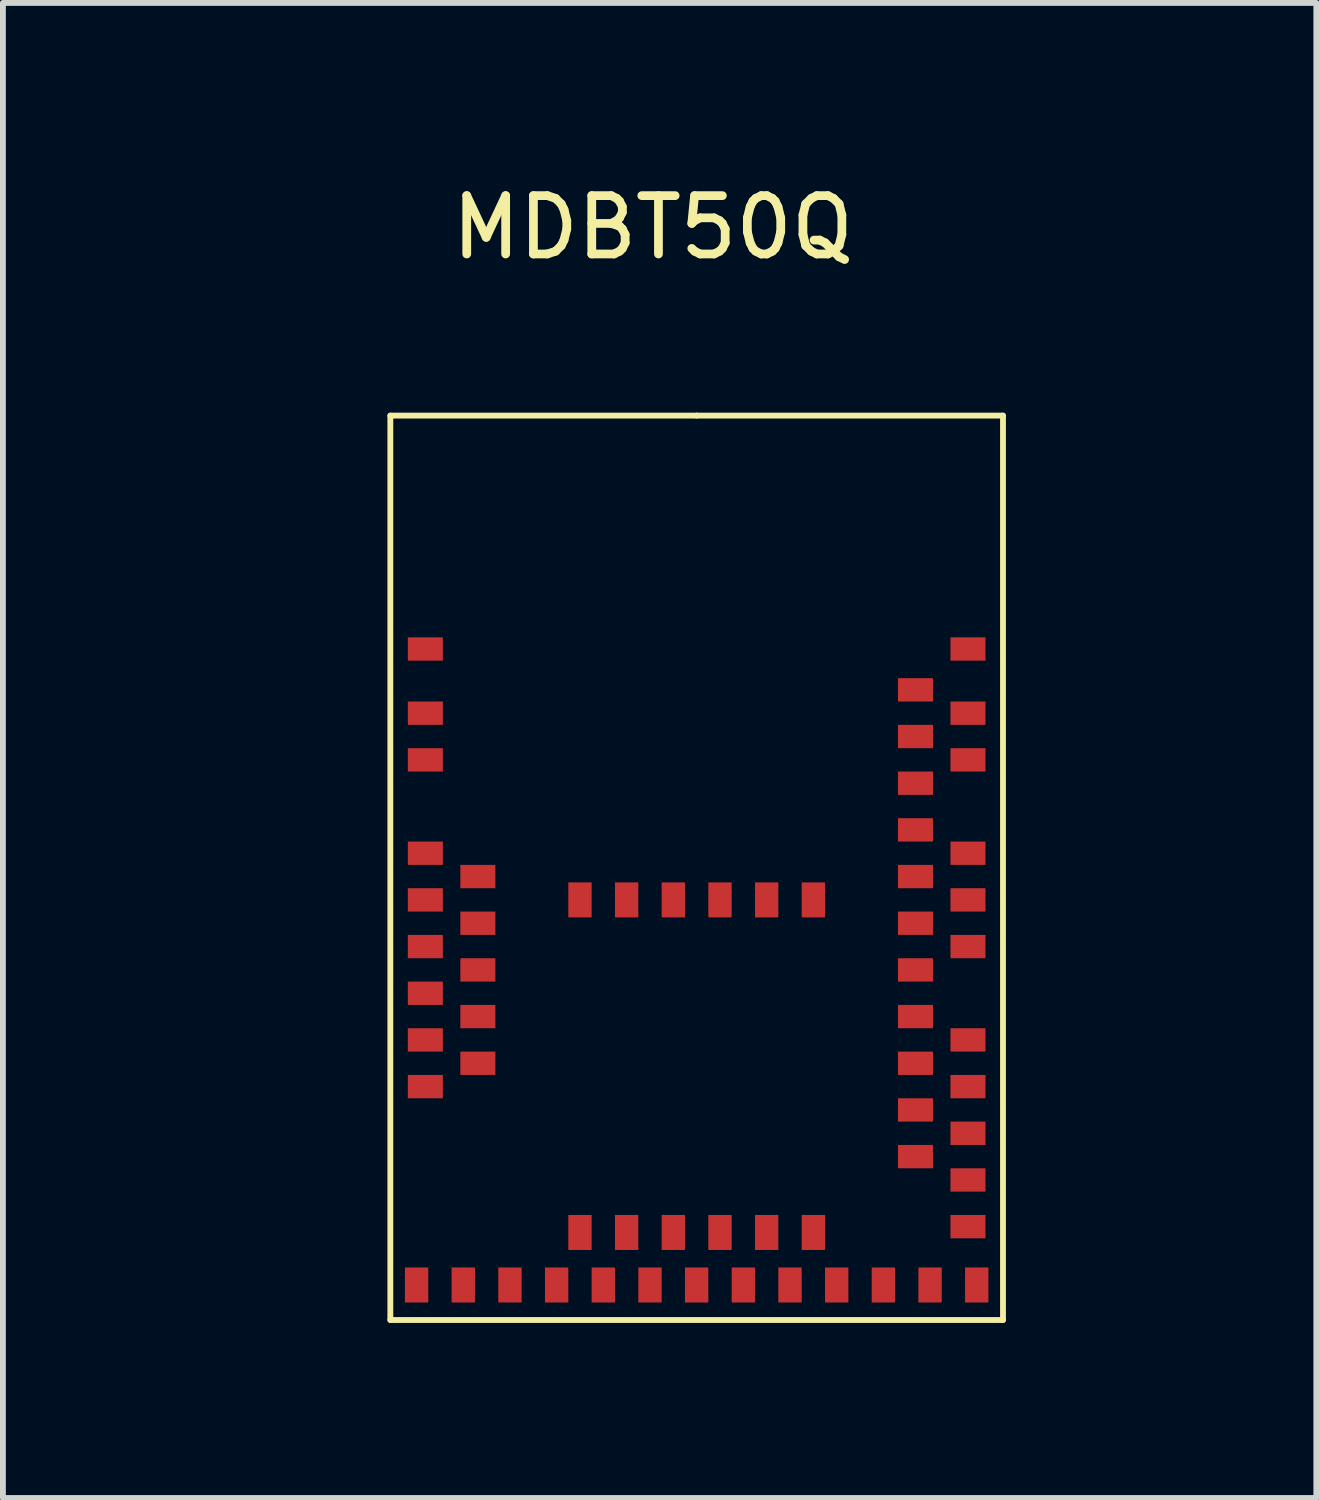
<source format=kicad_pcb>
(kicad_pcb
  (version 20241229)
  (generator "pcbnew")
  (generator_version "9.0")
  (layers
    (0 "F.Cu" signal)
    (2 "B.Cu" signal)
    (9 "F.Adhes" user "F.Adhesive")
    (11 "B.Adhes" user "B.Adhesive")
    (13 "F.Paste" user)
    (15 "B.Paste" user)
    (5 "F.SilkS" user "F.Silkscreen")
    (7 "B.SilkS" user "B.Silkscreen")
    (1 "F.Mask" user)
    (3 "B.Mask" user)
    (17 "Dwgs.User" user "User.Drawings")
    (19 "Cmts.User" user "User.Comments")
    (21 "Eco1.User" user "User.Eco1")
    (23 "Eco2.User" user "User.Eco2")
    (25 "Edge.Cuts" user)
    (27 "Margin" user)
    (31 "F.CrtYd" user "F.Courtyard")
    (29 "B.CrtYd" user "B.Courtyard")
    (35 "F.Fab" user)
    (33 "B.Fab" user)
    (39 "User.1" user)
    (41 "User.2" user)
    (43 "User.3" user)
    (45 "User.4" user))
  (footprint "MDBT50Q"
    (layer "F.Cu")
    (at 8.89 4.073)
    (property "Reference" "MDBT50Q" (at -0.75 -3.225 0) (layer "F.SilkS") (effects (font (size 1 1) (thickness 0.15))))
    (fp_line (start -5.25 0) (end 0 0) (stroke (width 0.1) (type solid)) (layer "F.SilkS"))
    (fp_line (start -5.25 15.5) (end -5.25 0) (stroke (width 0.1) (type solid)) (layer "F.SilkS"))
    (fp_line (start -5.25 15.5) (end 5.25 15.5) (stroke (width 0.1) (type solid)) (layer "F.SilkS"))
    (fp_line (start 0 0) (end 5.25 0) (stroke (width 0.1) (type solid)) (layer "F.SilkS"))
    (fp_line (start 5.25 15.5) (end 5.25 0) (stroke (width 0.1) (type solid)) (layer "F.SilkS"))
    (fp_line (start -7.75 -1) (end -6.75 -1) (stroke (width 0.05) (type solid)) (layer "User.2"))
    (fp_line (start -7.75 3.8) (end -6.75 3.8) (stroke (width 0.05) (type solid)) (layer "User.2"))
    (fp_line (start -7.53 -0.39) (end -7.25 -1) (stroke (width 0.05) (type solid)) (layer "User.2"))
    (fp_line (start -7.25 -1) (end -6.97 -0.39) (stroke (width 0.05) (type solid)) (layer "User.2"))
    (fp_line (start -7.25 3.8) (end -7.25 -1) (stroke (width 0.05) (type solid)) (layer "User.2"))
    (fp_line (start -6.25 -2) (end -5.64 -2.28) (stroke (width 0.05) (type solid)) (layer "User.2"))
    (fp_line (start -6.25 -2) (end -5.64 -1.72) (stroke (width 0.05) (type solid)) (layer "User.2"))
    (fp_line (start -6.25 -2) (end -4.6 -2) (stroke (width 0.05) (type solid)) (layer "User.2"))
    (fp_line (start -6.25 -1.5) (end -6.25 -2.5) (stroke (width 0.05) (type solid)) (layer "User.2"))
    (fp_line (start -6.25 -1) (end 6.25 -1) (stroke (width 0.05) (type solid)) (layer "User.2"))
    (fp_line (start -6.25 3.8) (end -6.25 -1) (stroke (width 0.05) (type solid)) (layer "User.2"))
    (fp_line (start -6.25 3.8) (end 6.25 3.8) (stroke (width 0.05) (type solid)) (layer "User.2"))
    (fp_line (start 4.6 -2) (end 6.25 -2) (stroke (width 0.05) (type solid)) (layer "User.2"))
    (fp_line (start 5.64 -2.28) (end 6.25 -2) (stroke (width 0.05) (type solid)) (layer "User.2"))
    (fp_line (start 5.64 -1.72) (end 6.25 -2) (stroke (width 0.05) (type solid)) (layer "User.2"))
    (fp_line (start 6.25 -1.5) (end 6.25 -2.5) (stroke (width 0.05) (type solid)) (layer "User.2"))
    (fp_line (start 6.25 3.8) (end 6.25 -1) (stroke (width 0.05) (type solid)) (layer "User.2"))
    (fp_line (start -2.3 3.8) (end -0.7 3.8) (stroke (width 0.05) (type solid)) (layer "User.3"))
    (fp_line (start -2.3 5) (end -2.3 3.8) (stroke (width 0.05) (type solid)) (layer "User.3"))
    (fp_line (start -2.3 5) (end -0.7 5) (stroke (width 0.05) (type solid)) (layer "User.3"))
    (fp_line (start -1.65 5.098) (end -1.5 4.798) (stroke (width 0.05) (type solid)) (layer "User.3"))
    (fp_line (start -1.5 4.798) (end -1.35 5.098) (stroke (width 0.05) (type solid)) (layer "User.3"))
    (fp_line (start -1.5 5.823) (end -1.5 4.798) (stroke (width 0.05) (type solid)) (layer "User.3"))
    (fp_line (start -0.7 5) (end -0.7 3.8) (stroke (width 0.05) (type solid)) (layer "User.3"))
    (fp_text user "as wide as possible" (at -4.075 -1.85 0) (unlocked yes) (layer "User.2") (effects (font (size 0.5 0.45) (thickness 0.05)) (justify left bottom)))
    (fp_text user "No ground pad" (at -2.801 1.775 0) (unlocked yes) (layer "User.2") (effects (font (size 0.5 0.45) (thickness 0.05)) (justify left bottom)))
    (fp_text user "as wide as possible" (at -8.128 6.096 90) (unlocked yes) (layer "User.2") (effects (font (size 0.5 0.45) (thickness 0.05)) (justify left bottom)))
    (fp_text user "Toplayer no ground pad" (at -3.4 6.225 0) (unlocked yes) (layer "User.3") (effects (font (size 0.35 0.3) (thickness 0.05)) (justify left bottom)))
    (pad "1" smd rect (at -4.65 4) (size 0.6 0.4) (layers "F.Cu" "F.Mask" "F.Paste"))
    (pad "2" smd rect (at -4.65 5.1) (size 0.6 0.4) (layers "F.Cu" "F.Mask" "F.Paste"))
    (pad "3" smd rect (at -4.65 5.9 180) (size 0.6 0.4) (layers "F.Cu" "F.Mask" "F.Paste"))
    (pad "4" smd rect (at -4.65 7.5) (size 0.6 0.4) (layers "F.Cu" "F.Mask" "F.Paste"))
    (pad "5" smd rect (at -3.75 7.9 180) (size 0.6 0.4) (layers "F.Cu" "F.Mask" "F.Paste"))
    (pad "6" smd rect (at -4.65 8.3 180) (size 0.6 0.4) (layers "F.Cu" "F.Mask" "F.Paste"))
    (pad "7" smd rect (at -3.75 8.7 180) (size 0.6 0.4) (layers "F.Cu" "F.Mask" "F.Paste"))
    (pad "8" smd rect (at -4.65 9.1 180) (size 0.6 0.4) (layers "F.Cu" "F.Mask" "F.Paste"))
    (pad "9" smd rect (at -3.75 9.5 180) (size 0.6 0.4) (layers "F.Cu" "F.Mask" "F.Paste"))
    (pad "10" smd rect (at -4.65 9.9 180) (size 0.6 0.4) (layers "F.Cu" "F.Mask" "F.Paste"))
    (pad "11" smd rect (at -3.75 10.3) (size 0.6 0.4) (layers "F.Cu" "F.Mask" "F.Paste"))
    (pad "12" smd rect (at -4.65 10.7 180) (size 0.6 0.4) (layers "F.Cu" "F.Mask" "F.Paste"))
    (pad "13" smd rect (at -3.75 11.1 180) (size 0.6 0.4) (layers "F.Cu" "F.Mask" "F.Paste"))
    (pad "14" smd rect (at -4.65 11.5) (size 0.6 0.4) (layers "F.Cu" "F.Mask" "F.Paste"))
    (pad "15" smd rect (at -4.8 14.9 90) (size 0.6 0.4) (layers "F.Cu" "F.Mask" "F.Paste"))
    (pad "16" smd rect (at -4 14.9 90) (size 0.6 0.4) (layers "F.Cu" "F.Mask" "F.Paste"))
    (pad "17" smd rect (at -3.2 14.9 90) (size 0.6 0.4) (layers "F.Cu" "F.Mask" "F.Paste"))
    (pad "18" smd rect (at -2.4 14.9 270) (size 0.6 0.4) (layers "F.Cu" "F.Mask" "F.Paste"))
    (pad "19" smd rect (at -2 14 90) (size 0.6 0.4) (layers "F.Cu" "F.Mask" "F.Paste"))
    (pad "20" smd rect (at -1.6 14.9 90) (size 0.6 0.4) (layers "F.Cu" "F.Mask" "F.Paste"))
    (pad "21" smd rect (at -1.2 14 270) (size 0.6 0.4) (layers "F.Cu" "F.Mask" "F.Paste"))
    (pad "22" smd rect (at -0.8 14.9 90) (size 0.6 0.4) (layers "F.Cu" "F.Mask" "F.Paste"))
    (pad "23" smd rect (at -0.4 14 90) (size 0.6 0.4) (layers "F.Cu" "F.Mask" "F.Paste"))
    (pad "24" smd rect (at 0 14.9 270) (size 0.6 0.4) (layers "F.Cu" "F.Mask" "F.Paste"))
    (pad "25" smd rect (at 0.4 14 270) (size 0.6 0.4) (layers "F.Cu" "F.Mask" "F.Paste"))
    (pad "26" smd rect (at 0.8 14.9 270) (size 0.6 0.4) (layers "F.Cu" "F.Mask" "F.Paste"))
    (pad "27" smd rect (at 1.2 14 270) (size 0.6 0.4) (layers "F.Cu" "F.Mask" "F.Paste"))
    (pad "28" smd rect (at 1.6 14.9 270) (size 0.6 0.4) (layers "F.Cu" "F.Mask" "F.Paste"))
    (pad "29" smd rect (at 2 14 270) (size 0.6 0.4) (layers "F.Cu" "F.Mask" "F.Paste"))
    (pad "30" smd rect (at 2.4 14.9 270) (size 0.6 0.4) (layers "F.Cu" "F.Mask" "F.Paste"))
    (pad "31" smd rect (at 3.2 14.9 270) (size 0.6 0.4) (layers "F.Cu" "F.Mask" "F.Paste"))
    (pad "32" smd rect (at 4 14.9 270) (size 0.6 0.4) (layers "F.Cu" "F.Mask" "F.Paste"))
    (pad "33" smd rect (at 4.8 14.9 270) (size 0.6 0.4) (layers "F.Cu" "F.Mask" "F.Paste"))
    (pad "34" smd rect (at 4.65 13.9) (size 0.6 0.4) (layers "F.Cu" "F.Mask" "F.Paste"))
    (pad "35" smd rect (at 4.65 13.1) (size 0.6 0.4) (layers "F.Cu" "F.Mask" "F.Paste"))
    (pad "36" smd rect (at 3.75 12.7 180) (size 0.6 0.4) (layers "F.Cu" "F.Mask" "F.Paste"))
    (pad "37" smd rect (at 4.65 12.3) (size 0.6 0.4) (layers "F.Cu" "F.Mask" "F.Paste"))
    (pad "38" smd rect (at 3.75 11.9) (size 0.6 0.4) (layers "F.Cu" "F.Mask" "F.Paste"))
    (pad "39" smd rect (at 4.65 11.5 180) (size 0.6 0.4) (layers "F.Cu" "F.Mask" "F.Paste"))
    (pad "40" smd rect (at 3.75 11.1 180) (size 0.6 0.4) (layers "F.Cu" "F.Mask" "F.Paste"))
    (pad "41" smd rect (at 4.65 10.7) (size 0.6 0.4) (layers "F.Cu" "F.Mask" "F.Paste"))
    (pad "42" smd rect (at 3.75 10.3) (size 0.6 0.4) (layers "F.Cu" "F.Mask" "F.Paste"))
    (pad "43" smd rect (at 3.75 9.5) (size 0.6 0.4) (layers "F.Cu" "F.Mask" "F.Paste"))
    (pad "44" smd rect (at 4.65 9.1) (size 0.6 0.4) (layers "F.Cu" "F.Mask" "F.Paste"))
    (pad "45" smd rect (at 3.75 8.7) (size 0.6 0.4) (layers "F.Cu" "F.Mask" "F.Paste"))
    (pad "46" smd rect (at 4.65 8.3) (size 0.6 0.4) (layers "F.Cu" "F.Mask" "F.Paste"))
    (pad "47" smd rect (at 3.75 7.9) (size 0.6 0.4) (layers "F.Cu" "F.Mask" "F.Paste"))
    (pad "48" smd rect (at 4.65 7.5) (size 0.6 0.4) (layers "F.Cu" "F.Mask" "F.Paste"))
    (pad "49" smd rect (at 3.75 7.1) (size 0.6 0.4) (layers "F.Cu" "F.Mask" "F.Paste"))
    (pad "50" smd rect (at 3.75 6.3) (size 0.6 0.4) (layers "F.Cu" "F.Mask" "F.Paste"))
    (pad "51" smd rect (at 4.65 5.9) (size 0.6 0.4) (layers "F.Cu" "F.Mask" "F.Paste"))
    (pad "52" smd rect (at 3.75 5.5) (size 0.6 0.4) (layers "F.Cu" "F.Mask" "F.Paste"))
    (pad "53" smd rect (at 4.65 5.1) (size 0.6 0.4) (layers "F.Cu" "F.Mask" "F.Paste"))
    (pad "54" smd rect (at 3.75 4.7) (size 0.6 0.4) (layers "F.Cu" "F.Mask" "F.Paste"))
    (pad "55" smd rect (at 4.65 4) (size 0.6 0.4) (layers "F.Cu" "F.Mask" "F.Paste"))
    (pad "56" smd rect (at -2 8.3 270) (size 0.6 0.4) (layers "F.Cu" "F.Mask" "F.Paste"))
    (pad "57" smd rect (at -1.2 8.3 270) (size 0.6 0.4) (layers "F.Cu" "F.Mask" "F.Paste"))
    (pad "58" smd rect (at -0.4 8.3 270) (size 0.6 0.4) (layers "F.Cu" "F.Mask" "F.Paste"))
    (pad "59" smd rect (at 0.4 8.3 270) (size 0.6 0.4) (layers "F.Cu" "F.Mask" "F.Paste"))
    (pad "60" smd rect (at 1.2 8.3 270) (size 0.6 0.4) (layers "F.Cu" "F.Mask" "F.Paste"))
    (pad "61" smd rect (at 2 8.3 270) (size 0.6 0.4) (layers "F.Cu" "F.Mask" "F.Paste"))
    (zone (net_name "") (layer "F.Cu") (hatch edge 0.5) (connect_pads) (min_thickness 0.25) (filled_areas_thickness no) (keepout (tracks not_allowed) (vias allowed) (pads allowed) (copperpour not_allowed) (footprints allowed)) (placement (enabled no)) (fill) (polygon (pts (xy 0 0.898) (xy 16.51 0.898) (xy 16.51 7.883) (xy 0 7.883)))))
  (gr_rect
    (start -3 -3)
    (end 19.51 22.623)
    (stroke (width 0.1) (type default))
    (fill no)
    (layer "Edge.Cuts")))
</source>
